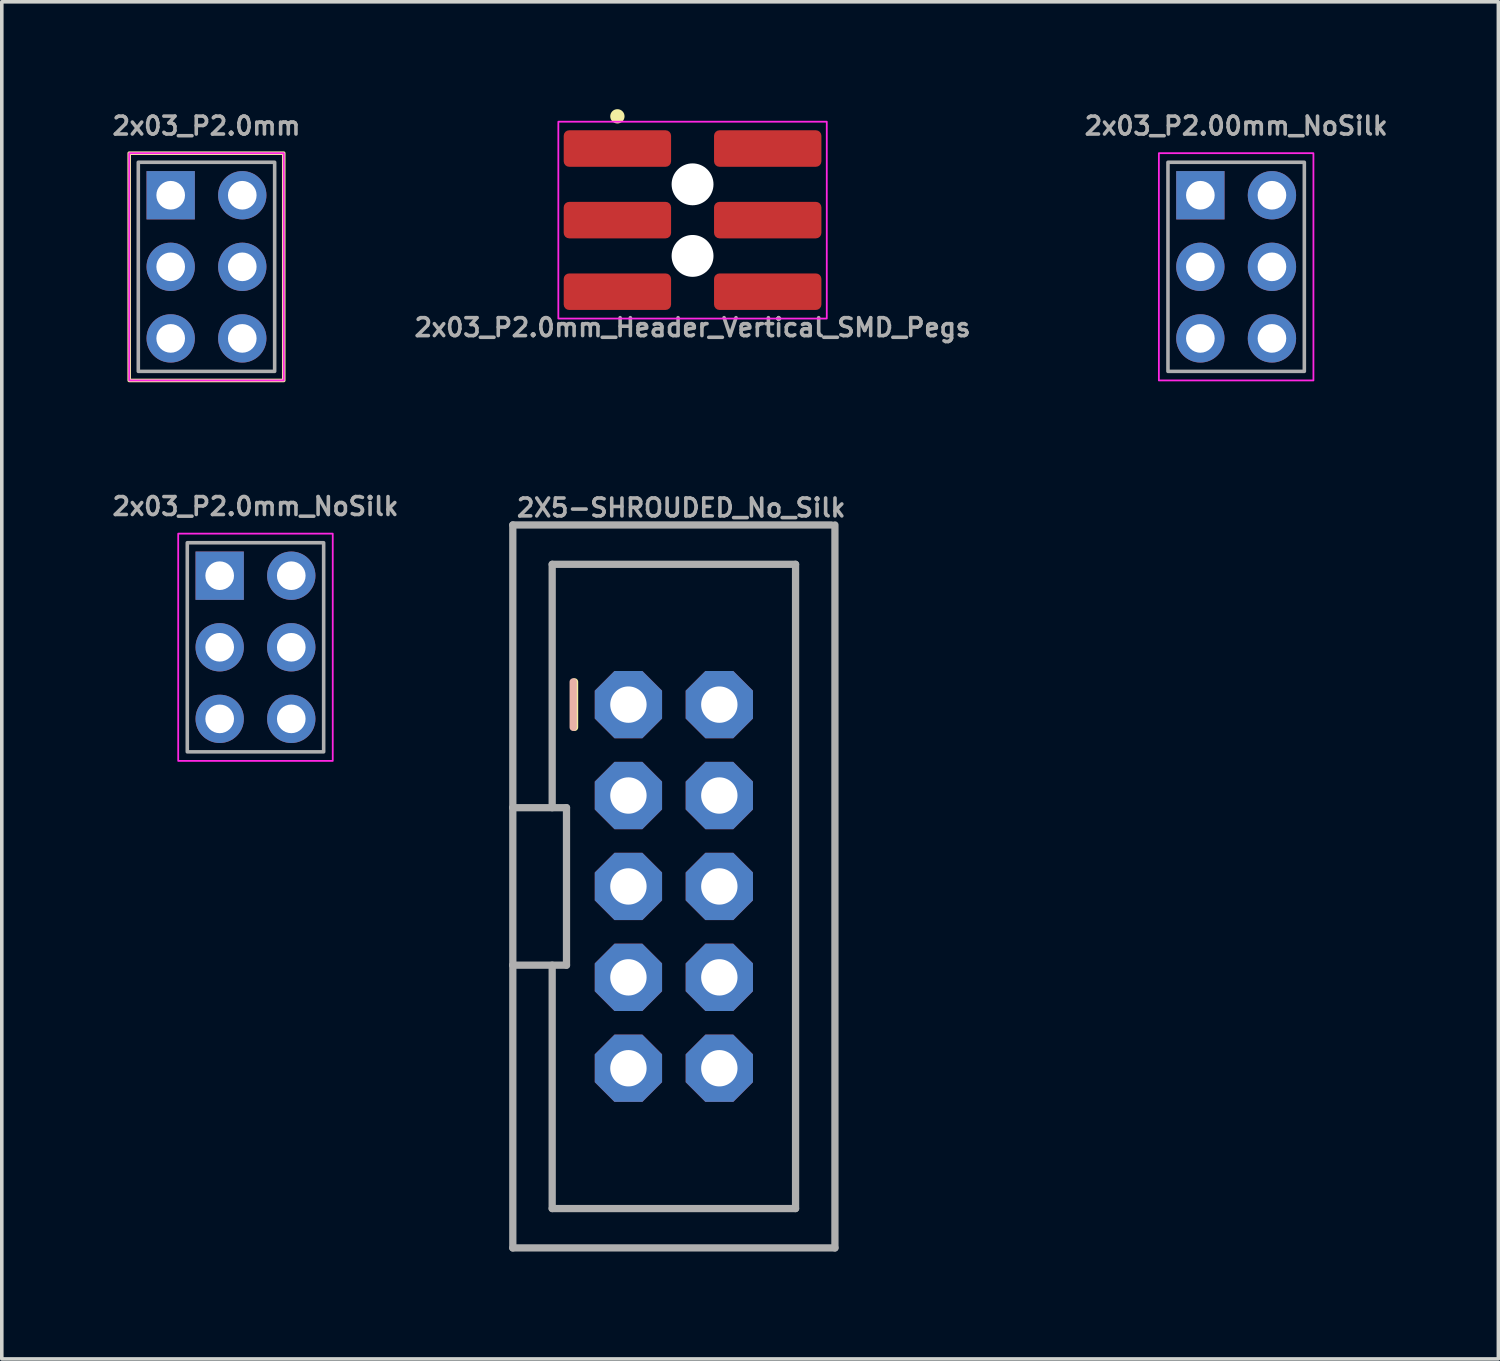
<source format=kicad_pcb>
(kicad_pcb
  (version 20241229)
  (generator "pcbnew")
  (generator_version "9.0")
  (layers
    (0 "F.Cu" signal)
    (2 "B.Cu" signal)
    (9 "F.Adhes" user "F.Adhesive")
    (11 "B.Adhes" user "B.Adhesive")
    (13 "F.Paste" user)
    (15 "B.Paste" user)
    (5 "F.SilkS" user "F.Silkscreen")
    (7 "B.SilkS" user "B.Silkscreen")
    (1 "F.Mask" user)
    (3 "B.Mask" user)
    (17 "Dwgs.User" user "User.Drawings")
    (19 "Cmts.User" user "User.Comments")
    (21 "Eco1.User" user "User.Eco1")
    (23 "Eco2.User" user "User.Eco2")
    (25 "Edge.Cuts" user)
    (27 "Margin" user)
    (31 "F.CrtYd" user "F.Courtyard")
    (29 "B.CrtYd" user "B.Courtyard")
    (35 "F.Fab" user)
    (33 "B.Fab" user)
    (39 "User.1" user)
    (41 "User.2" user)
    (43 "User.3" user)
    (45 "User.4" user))
  (footprint "2x03_P2.0mm_NoSilk"
    (layer "F.Cu")
    (at 4.088 15.035)
    (property "Reference" "2x03_P2.0mm_NoSilk" (at 0 -3.937 0) (layer "F.Fab") (effects (font (size 0.5 0.5) (thickness 0.1))))
    (attr through_hole)
    (fp_rect (start -2.159 -3.175) (end 2.159 3.175) (stroke (width 0.05) (type default)) (fill no) (layer "F.CrtYd"))
    (fp_rect (start -1.905 -2.921) (end 1.905 2.921) (stroke (width 0.1) (type default)) (fill no) (layer "F.Fab"))
    (pad "1" thru_hole rect (at -1 -2) (size 1.35 1.35) (drill 0.8) (layers "*.Cu" "*.Mask"))
    (pad "2" thru_hole oval (at 1 -2) (size 1.35 1.35) (drill 0.8) (layers "*.Cu" "*.Mask"))
    (pad "3" thru_hole oval (at -1 0) (size 1.35 1.35) (drill 0.8) (layers "*.Cu" "*.Mask"))
    (pad "4" thru_hole oval (at 1 0) (size 1.35 1.35) (drill 0.8) (layers "*.Cu" "*.Mask"))
    (pad "5" thru_hole oval (at -1 2) (size 1.35 1.35) (drill 0.8) (layers "*.Cu" "*.Mask"))
    (pad "6" thru_hole oval (at 1 2) (size 1.35 1.35) (drill 0.8) (layers "*.Cu" "*.Mask")))
  (footprint "2x03_P2.0mm"
    (layer "F.Cu")
    (at 2.719 4.405)
    (property "Reference" "2x03_P2.0mm" (at 0 -3.937 0) (layer "F.Fab") (effects (font (size 0.5 0.5) (thickness 0.1))))
    (attr through_hole)
    (fp_rect (start -2.159 -3.175) (end 2.159 3.175) (stroke (width 0.1) (type default)) (fill no) (layer "F.SilkS"))
    (fp_rect (start -2.159 -3.175) (end 2.159 3.175) (stroke (width 0.05) (type default)) (fill no) (layer "F.CrtYd"))
    (fp_rect (start -1.905 -2.921) (end 1.905 2.921) (stroke (width 0.1) (type default)) (fill no) (layer "F.Fab"))
    (pad "1" thru_hole rect (at -1 -2) (size 1.35 1.35) (drill 0.8) (layers "*.Cu" "*.Mask"))
    (pad "2" thru_hole oval (at 1 -2) (size 1.35 1.35) (drill 0.8) (layers "*.Cu" "*.Mask"))
    (pad "3" thru_hole oval (at -1 0) (size 1.35 1.35) (drill 0.8) (layers "*.Cu" "*.Mask"))
    (pad "4" thru_hole oval (at 1 0) (size 1.35 1.35) (drill 0.8) (layers "*.Cu" "*.Mask"))
    (pad "5" thru_hole oval (at -1 2) (size 1.35 1.35) (drill 0.8) (layers "*.Cu" "*.Mask"))
    (pad "6" thru_hole oval (at 1 2) (size 1.35 1.35) (drill 0.8) (layers "*.Cu" "*.Mask")))
  (footprint "2X5-SHROUDED_No_Silk"
    (layer "F.Cu")
    (at 15.778 21.717)
    (property "Reference" "2X5-SHROUDED_No_Silk" (at -4.445 -10.287 0) (layer "F.Fab") (effects (font (size 0.5 0.5) (thickness 0.1)) (justify left bottom)))
    (fp_line (start -2.775 -5.715) (end -2.775 -4.445) (stroke (width 0.203) (type solid)) (layer "F.SilkS"))
    (fp_line (start -2.813 -5.715) (end -2.813 -4.445) (stroke (width 0.203) (type solid)) (layer "B.SilkS"))
    (fp_line (start -4.5 -10.1) (end 4.4 -10.1) (stroke (width 0.203) (type solid)) (layer "F.Fab"))
    (fp_line (start -4.5 -2.2) (end -4.5 -10.1) (stroke (width 0.203) (type solid)) (layer "F.Fab"))
    (fp_line (start -4.5 -2.2) (end -3 -2.2) (stroke (width 0.203) (type solid)) (layer "F.Fab"))
    (fp_line (start -4.5 2.2) (end -4.5 -2.2) (stroke (width 0.203) (type solid)) (layer "F.Fab"))
    (fp_line (start -4.5 10.1) (end -4.5 2.2) (stroke (width 0.203) (type solid)) (layer "F.Fab"))
    (fp_line (start -3.4 -9) (end -3.4 -2.2) (stroke (width 0.203) (type solid)) (layer "F.Fab"))
    (fp_line (start -3.4 -9) (end 3.4 -9) (stroke (width 0.203) (type solid)) (layer "F.Fab"))
    (fp_line (start -3.4 9) (end -3.4 2.2) (stroke (width 0.203) (type solid)) (layer "F.Fab"))
    (fp_line (start -3.4 9) (end 3.4 9) (stroke (width 0.203) (type solid)) (layer "F.Fab"))
    (fp_line (start -3 -2.2) (end -3 2.2) (stroke (width 0.203) (type solid)) (layer "F.Fab"))
    (fp_line (start -3 2.2) (end -4.5 2.2) (stroke (width 0.203) (type solid)) (layer "F.Fab"))
    (fp_line (start 3.4 -9) (end 3.4 9) (stroke (width 0.203) (type solid)) (layer "F.Fab"))
    (fp_line (start 4.5 -10.1) (end 4.5 10.1) (stroke (width 0.203) (type solid)) (layer "F.Fab"))
    (fp_line (start 4.5 10.1) (end -4.5 10.1) (stroke (width 0.203) (type solid)) (layer "F.Fab"))
    (fp_poly (pts (xy -1.524 -4.826) (xy -1.016 -4.826) (xy -1.016 -5.334) (xy -1.524 -5.334)) (stroke (width 0.1) (type default)) (fill no) (layer "F.Fab"))
    (fp_poly (pts (xy -1.524 -2.286) (xy -1.016 -2.286) (xy -1.016 -2.794) (xy -1.524 -2.794)) (stroke (width 0.1) (type default)) (fill no) (layer "F.Fab"))
    (fp_poly (pts (xy -1.524 0.254) (xy -1.016 0.254) (xy -1.016 -0.254) (xy -1.524 -0.254)) (stroke (width 0.1) (type default)) (fill no) (layer "F.Fab"))
    (fp_poly (pts (xy -1.524 2.794) (xy -1.016 2.794) (xy -1.016 2.286) (xy -1.524 2.286)) (stroke (width 0.1) (type default)) (fill no) (layer "F.Fab"))
    (fp_poly (pts (xy -1.524 2.794) (xy -1.016 2.794) (xy -1.016 2.286) (xy -1.524 2.286)) (stroke (width 0.1) (type default)) (fill no) (layer "F.Fab"))
    (fp_poly (pts (xy -1.524 5.334) (xy -1.016 5.334) (xy -1.016 4.826) (xy -1.524 4.826)) (stroke (width 0.1) (type default)) (fill no) (layer "F.Fab"))
    (fp_poly (pts (xy 1.016 -4.826) (xy 1.524 -4.826) (xy 1.524 -5.334) (xy 1.016 -5.334)) (stroke (width 0.1) (type default)) (fill no) (layer "F.Fab"))
    (fp_poly (pts (xy 1.016 -2.286) (xy 1.524 -2.286) (xy 1.524 -2.794) (xy 1.016 -2.794)) (stroke (width 0.1) (type default)) (fill no) (layer "F.Fab"))
    (fp_poly (pts (xy 1.016 0.254) (xy 1.524 0.254) (xy 1.524 -0.254) (xy 1.016 -0.254)) (stroke (width 0.1) (type default)) (fill no) (layer "F.Fab"))
    (fp_poly (pts (xy 1.016 2.794) (xy 1.524 2.794) (xy 1.524 2.286) (xy 1.016 2.286)) (stroke (width 0.1) (type default)) (fill no) (layer "F.Fab"))
    (fp_poly (pts (xy 1.016 2.794) (xy 1.524 2.794) (xy 1.524 2.286) (xy 1.016 2.286)) (stroke (width 0.1) (type default)) (fill no) (layer "F.Fab"))
    (fp_poly (pts (xy 1.016 5.334) (xy 1.524 5.334) (xy 1.524 4.826) (xy 1.016 4.826)) (stroke (width 0.1) (type default)) (fill no) (layer "F.Fab"))
    (pad "1" thru_hole roundrect (at -1.27 -5.08 270) (size 1.88 1.88) (drill 1.016) (layers "*.Cu" "*.Mask") (roundrect_rratio 0.25) (chamfer_ratio 0.293) (chamfer top_left top_right bottom_left bottom_right))
    (pad "2" thru_hole roundrect (at 1.27 -5.08 270) (size 1.88 1.88) (drill 1.016) (layers "*.Cu" "*.Mask") (roundrect_rratio 0.25) (chamfer_ratio 0.293) (chamfer top_left top_right bottom_left bottom_right))
    (pad "3" thru_hole roundrect (at -1.27 -2.54 270) (size 1.88 1.88) (drill 1.016) (layers "*.Cu" "*.Mask") (roundrect_rratio 0.25) (chamfer_ratio 0.293) (chamfer top_left top_right bottom_left bottom_right))
    (pad "4" thru_hole roundrect (at 1.27 -2.54 270) (size 1.88 1.88) (drill 1.016) (layers "*.Cu" "*.Mask") (roundrect_rratio 0.25) (chamfer_ratio 0.293) (chamfer top_left top_right bottom_left bottom_right))
    (pad "5" thru_hole roundrect (at -1.27 0 270) (size 1.88 1.88) (drill 1.016) (layers "*.Cu" "*.Mask") (roundrect_rratio 0.25) (chamfer_ratio 0.293) (chamfer top_left top_right bottom_left bottom_right))
    (pad "6" thru_hole roundrect (at 1.27 0 270) (size 1.88 1.88) (drill 1.016) (layers "*.Cu" "*.Mask") (roundrect_rratio 0.25) (chamfer_ratio 0.293) (chamfer top_left top_right bottom_left bottom_right))
    (pad "7" thru_hole roundrect (at -1.27 2.54 270) (size 1.88 1.88) (drill 1.016) (layers "*.Cu" "*.Mask") (roundrect_rratio 0.25) (chamfer_ratio 0.293) (chamfer top_left top_right bottom_left bottom_right))
    (pad "8" thru_hole roundrect (at 1.27 2.54 270) (size 1.88 1.88) (drill 1.016) (layers "*.Cu" "*.Mask") (roundrect_rratio 0.25) (chamfer_ratio 0.293) (chamfer top_left top_right bottom_left bottom_right))
    (pad "9" thru_hole roundrect (at -1.27 5.08 270) (size 1.88 1.88) (drill 1.016) (layers "*.Cu" "*.Mask") (roundrect_rratio 0.25) (chamfer_ratio 0.293) (chamfer top_left top_right bottom_left bottom_right))
    (pad "10" thru_hole roundrect (at 1.27 5.08 270) (size 1.88 1.88) (drill 1.016) (layers "*.Cu" "*.Mask") (roundrect_rratio 0.25) (chamfer_ratio 0.293) (chamfer top_left top_right bottom_left bottom_right)))
  (footprint "2x03_P2.0mm_Header_Vertical_SMD_Pegs"
    (layer "F.Cu")
    (at 16.3 3.1)
    (property "Reference" "2x03_P2.0mm_Header_Vertical_SMD_Pegs" (at 0 3 0) (unlocked yes) (layer "F.Fab") (effects (font (size 0.5 0.5) (thickness 0.1))))
    (attr smd)
    (fp_circle (center -2.1 -2.9) (end -2 -2.9) (stroke (width 0.2) (type solid)) (fill yes) (layer "F.SilkS"))
    (fp_rect (start -3.75 -2.75) (end 3.75 2.75) (stroke (width 0.05) (type default)) (fill no) (layer "F.CrtYd"))
    (pad "" np_thru_hole circle (at 0 -1) (size 1.17 1.17) (drill 1.17) (layers "*.Cu" "*.Mask"))
    (pad "" np_thru_hole circle (at 0 1) (size 1.17 1.17) (drill 1.17) (layers "*.Cu" "*.Mask"))
    (pad "1" smd roundrect (at -2.1 -2) (size 3 1.02) (layers "F.Cu" "F.Mask" "F.Paste") (roundrect_rratio 0.15))
    (pad "2" smd roundrect (at -2.1 0) (size 3 1.02) (layers "F.Cu" "F.Mask" "F.Paste") (roundrect_rratio 0.15))
    (pad "3" smd roundrect (at -2.1 2) (size 3 1.02) (layers "F.Cu" "F.Mask" "F.Paste") (roundrect_rratio 0.15))
    (pad "4" smd roundrect (at 2.1 2) (size 3 1.02) (layers "F.Cu" "F.Mask" "F.Paste") (roundrect_rratio 0.15))
    (pad "5" smd roundrect (at 2.1 0) (size 3 1.02) (layers "F.Cu" "F.Mask" "F.Paste") (roundrect_rratio 0.15))
    (pad "6" smd roundrect (at 2.1 -2) (size 3 1.02) (layers "F.Cu" "F.Mask" "F.Paste") (roundrect_rratio 0.15)))
  (footprint "2x03_P2.00mm_NoSilk"
    (layer "F.Cu")
    (at 31.488 4.405)
    (property "Reference" "2x03_P2.00mm_NoSilk" (at 0 -3.937 0) (layer "F.Fab") (effects (font (size 0.5 0.5) (thickness 0.1))))
    (attr through_hole)
    (fp_rect (start -2.159 -3.175) (end 2.159 3.175) (stroke (width 0.05) (type default)) (fill no) (layer "F.CrtYd"))
    (fp_rect (start -1.905 -2.921) (end 1.905 2.921) (stroke (width 0.1) (type default)) (fill no) (layer "F.Fab"))
    (pad "1" thru_hole rect (at -1 -2) (size 1.35 1.35) (drill 0.8) (layers "*.Cu" "*.Mask"))
    (pad "2" thru_hole oval (at 1 -2) (size 1.35 1.35) (drill 0.8) (layers "*.Cu" "*.Mask"))
    (pad "3" thru_hole oval (at -1 0) (size 1.35 1.35) (drill 0.8) (layers "*.Cu" "*.Mask"))
    (pad "4" thru_hole oval (at 1 0) (size 1.35 1.35) (drill 0.8) (layers "*.Cu" "*.Mask"))
    (pad "5" thru_hole oval (at -1 2) (size 1.35 1.35) (drill 0.8) (layers "*.Cu" "*.Mask"))
    (pad "6" thru_hole oval (at 1 2) (size 1.35 1.35) (drill 0.8) (layers "*.Cu" "*.Mask")))
  (gr_rect
    (start -3 -3)
    (end 38.814 34.919)
    (stroke (width 0.1) (type default))
    (fill no)
    (layer "Edge.Cuts")))
</source>
